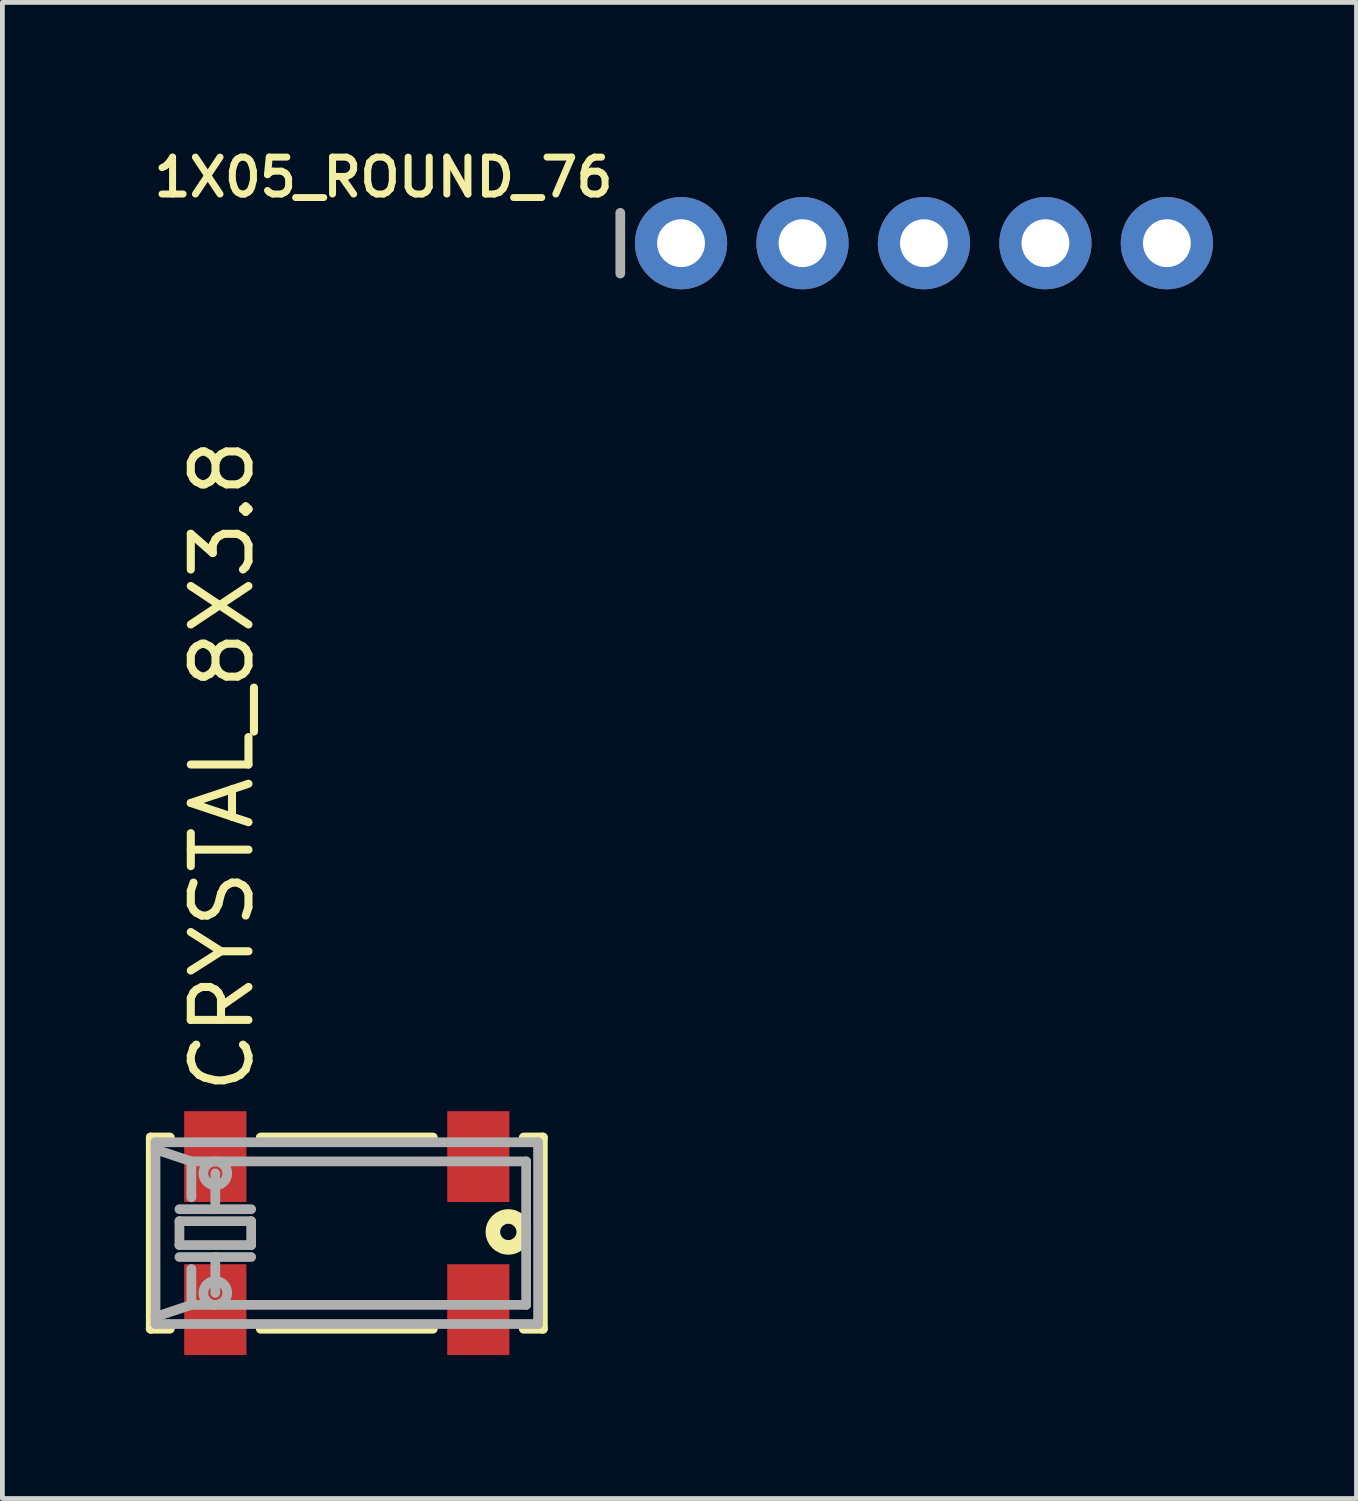
<source format=kicad_pcb>
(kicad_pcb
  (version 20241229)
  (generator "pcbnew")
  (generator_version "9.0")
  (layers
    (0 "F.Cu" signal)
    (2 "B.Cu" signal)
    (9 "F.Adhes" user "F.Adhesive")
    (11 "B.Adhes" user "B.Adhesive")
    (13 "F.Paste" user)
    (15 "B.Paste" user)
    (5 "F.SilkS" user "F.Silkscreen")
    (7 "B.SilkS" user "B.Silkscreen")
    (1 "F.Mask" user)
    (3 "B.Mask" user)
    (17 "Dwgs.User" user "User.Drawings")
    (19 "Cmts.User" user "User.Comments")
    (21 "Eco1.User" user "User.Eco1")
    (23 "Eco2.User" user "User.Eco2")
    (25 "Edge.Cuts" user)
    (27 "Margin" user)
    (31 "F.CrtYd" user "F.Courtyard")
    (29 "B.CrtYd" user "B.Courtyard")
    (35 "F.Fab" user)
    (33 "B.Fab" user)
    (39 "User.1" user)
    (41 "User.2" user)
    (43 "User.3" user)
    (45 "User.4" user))
  (footprint "1X05_ROUND_76"
    (layer "F.Cu")
    (at 16.271 2.035)
    (property "Reference" "1X05_ROUND_76" (at -6.426 -1.829 0) (layer "F.SilkS") (effects (font (size 0.772 0.772) (thickness 0.146)) (justify right top)))
    (attr through_hole)
    (fp_line (start -6.35 -0.635) (end -6.35 0.635) (stroke (width 0.203) (type solid)) (layer "F.Fab"))
    (fp_poly (pts (xy -5.334 0.254) (xy -4.826 0.254) (xy -4.826 -0.254) (xy -5.334 -0.254)) (stroke (width 0.1) (type solid)) (fill no) (layer "F.Fab"))
    (fp_poly (pts (xy -2.794 0.254) (xy -2.286 0.254) (xy -2.286 -0.254) (xy -2.794 -0.254)) (stroke (width 0.1) (type solid)) (fill no) (layer "F.Fab"))
    (fp_poly (pts (xy -0.254 0.254) (xy 0.254 0.254) (xy 0.254 -0.254) (xy -0.254 -0.254)) (stroke (width 0.1) (type solid)) (fill no) (layer "F.Fab"))
    (fp_poly (pts (xy 2.286 0.254) (xy 2.794 0.254) (xy 2.794 -0.254) (xy 2.286 -0.254)) (stroke (width 0.1) (type solid)) (fill no) (layer "F.Fab"))
    (fp_poly (pts (xy 4.826 0.254) (xy 5.334 0.254) (xy 5.334 -0.254) (xy 4.826 -0.254)) (stroke (width 0.1) (type solid)) (fill no) (layer "F.Fab"))
    (pad "1" thru_hole circle (at -5.08 0 90) (size 1.93 1.93) (drill 1) (layers "*.Cu" "*.Mask"))
    (pad "2" thru_hole circle (at -2.54 0 90) (size 1.93 1.93) (drill 1) (layers "*.Cu" "*.Mask"))
    (pad "3" thru_hole circle (at 0 0 90) (size 1.93 1.93) (drill 1) (layers "*.Cu" "*.Mask"))
    (pad "4" thru_hole circle (at 2.54 0 90) (size 1.93 1.93) (drill 1) (layers "*.Cu" "*.Mask"))
    (pad "5" thru_hole circle (at 5.08 0 90) (size 1.93 1.93) (drill 1) (layers "*.Cu" "*.Mask")))
  (footprint "CRYSTAL_8X3.8"
    (layer "F.Cu")
    (at 4.202 22.736)
    (property "Reference" "CRYSTAL_8X3.8" (at -1.9 -2.854 90) (layer "F.SilkS") (effects (font (size 1.206 1.206) (thickness 0.169)) (justify left bottom)))
    (attr through_hole)
    (fp_line (start -4.1 -2) (end -4.1 2) (stroke (width 0.203) (type solid)) (layer "F.SilkS"))
    (fp_line (start -4.1 2) (end -3.7 2) (stroke (width 0.203) (type solid)) (layer "F.SilkS"))
    (fp_line (start -3.7 -2) (end -4.1 -2) (stroke (width 0.203) (type solid)) (layer "F.SilkS"))
    (fp_line (start -1.8 -2) (end 1.8 -2) (stroke (width 0.203) (type solid)) (layer "F.SilkS"))
    (fp_line (start -1.8 2) (end 1.8 2) (stroke (width 0.203) (type solid)) (layer "F.SilkS"))
    (fp_line (start 3.7 -2) (end 4.1 -2) (stroke (width 0.203) (type solid)) (layer "F.SilkS"))
    (fp_line (start 4.1 -2) (end 4.1 2) (stroke (width 0.203) (type solid)) (layer "F.SilkS"))
    (fp_line (start 4.1 2) (end 3.7 2) (stroke (width 0.203) (type solid)) (layer "F.SilkS"))
    (fp_circle (center 3.378 -0.025) (end 3.701 -0.025) (stroke (width 0.305) (type solid)) (fill no) (layer "F.SilkS"))
    (fp_line (start -4 -1.9) (end 4 -1.9) (stroke (width 0.203) (type solid)) (layer "F.Fab"))
    (fp_line (start -4 -1.75) (end -4 -1.9) (stroke (width 0.203) (type solid)) (layer "F.Fab"))
    (fp_line (start -4 -1.75) (end -3.25 -1.5) (stroke (width 0.203) (type solid)) (layer "F.Fab"))
    (fp_line (start -4 1.75) (end -4 -1.75) (stroke (width 0.203) (type solid)) (layer "F.Fab"))
    (fp_line (start -4 1.75) (end -3.25 1.5) (stroke (width 0.203) (type solid)) (layer "F.Fab"))
    (fp_line (start -4 1.9) (end -4 1.75) (stroke (width 0.203) (type solid)) (layer "F.Fab"))
    (fp_line (start -3.5 -0.5) (end -2.75 -0.5) (stroke (width 0.203) (type solid)) (layer "F.Fab"))
    (fp_line (start -3.5 -0.25) (end -2 -0.25) (stroke (width 0.203) (type solid)) (layer "F.Fab"))
    (fp_line (start -3.5 0.25) (end -3.5 -0.25) (stroke (width 0.203) (type solid)) (layer "F.Fab"))
    (fp_line (start -3.5 0.5) (end -2.75 0.5) (stroke (width 0.203) (type solid)) (layer "F.Fab"))
    (fp_line (start -3.25 -1.5) (end -3.25 -0.75) (stroke (width 0.203) (type solid)) (layer "F.Fab"))
    (fp_line (start -3.25 -1.5) (end 3.75 -1.5) (stroke (width 0.203) (type solid)) (layer "F.Fab"))
    (fp_line (start -3.25 1.5) (end -3.25 0.75) (stroke (width 0.203) (type solid)) (layer "F.Fab"))
    (fp_line (start -2.75 -0.5) (end -2.75 -1.25) (stroke (width 0.203) (type solid)) (layer "F.Fab"))
    (fp_line (start -2.75 -0.5) (end -2 -0.5) (stroke (width 0.203) (type solid)) (layer "F.Fab"))
    (fp_line (start -2.75 0.5) (end -2.75 1.25) (stroke (width 0.203) (type solid)) (layer "F.Fab"))
    (fp_line (start -2.75 0.5) (end -2 0.5) (stroke (width 0.203) (type solid)) (layer "F.Fab"))
    (fp_line (start -2 -0.25) (end -2 0.25) (stroke (width 0.203) (type solid)) (layer "F.Fab"))
    (fp_line (start -2 0.25) (end -3.5 0.25) (stroke (width 0.203) (type solid)) (layer "F.Fab"))
    (fp_line (start 3.75 -1.5) (end 3.75 1.5) (stroke (width 0.203) (type solid)) (layer "F.Fab"))
    (fp_line (start 3.75 1.5) (end -3.25 1.5) (stroke (width 0.203) (type solid)) (layer "F.Fab"))
    (fp_line (start 4 -1.9) (end 4 1.9) (stroke (width 0.203) (type solid)) (layer "F.Fab"))
    (fp_line (start 4 1.9) (end -4 1.9) (stroke (width 0.203) (type solid)) (layer "F.Fab"))
    (fp_circle (center -2.75 -1.25) (end -2.5 -1.25) (stroke (width 0.203) (type solid)) (fill no) (layer "F.Fab"))
    (fp_circle (center -2.75 1.25) (end -2.5 1.25) (stroke (width 0.203) (type solid)) (fill no) (layer "F.Fab"))
    (pad "P$1" smd rect (at -2.75 1.6) (size 1.3 1.9) (layers "F.Cu" "F.Mask" "F.Paste"))
    (pad "P$2" smd rect (at 2.75 1.6) (size 1.3 1.9) (layers "F.Cu" "F.Mask" "F.Paste"))
    (pad "P$3" smd rect (at 2.75 -1.6) (size 1.3 1.9) (layers "F.Cu" "F.Mask" "F.Paste"))
    (pad "P$4" smd rect (at -2.75 -1.6) (size 1.3 1.9) (layers "F.Cu" "F.Mask" "F.Paste")))
  (gr_rect
    (start -3 -3)
    (end 25.316 28.286)
    (stroke (width 0.1) (type default))
    (fill no)
    (layer "Edge.Cuts")))
</source>
